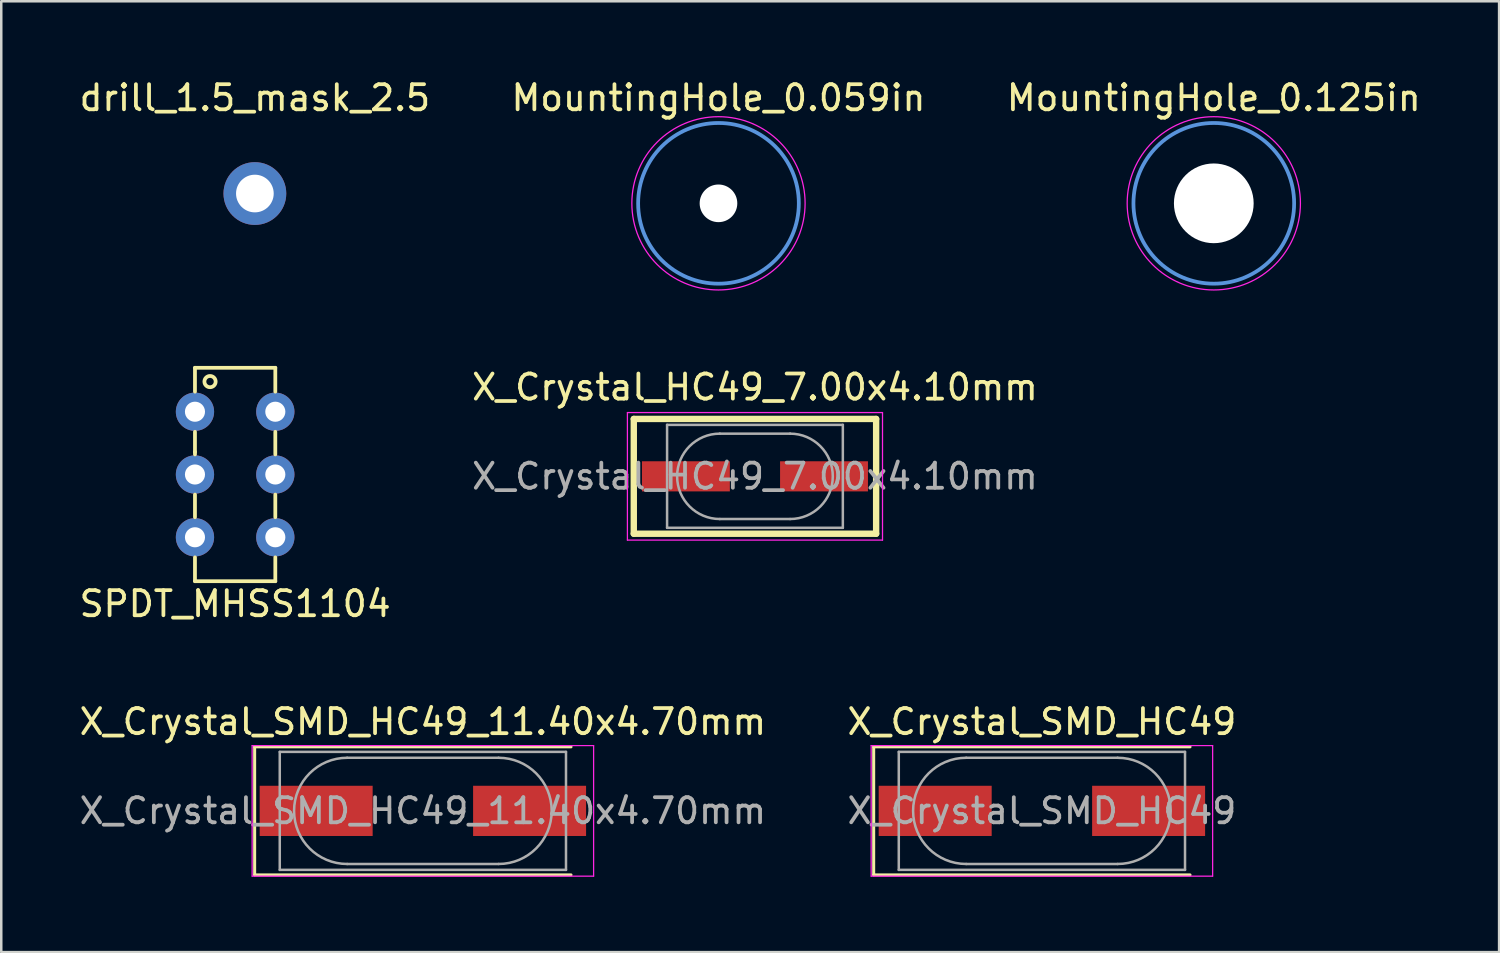
<source format=kicad_pcb>
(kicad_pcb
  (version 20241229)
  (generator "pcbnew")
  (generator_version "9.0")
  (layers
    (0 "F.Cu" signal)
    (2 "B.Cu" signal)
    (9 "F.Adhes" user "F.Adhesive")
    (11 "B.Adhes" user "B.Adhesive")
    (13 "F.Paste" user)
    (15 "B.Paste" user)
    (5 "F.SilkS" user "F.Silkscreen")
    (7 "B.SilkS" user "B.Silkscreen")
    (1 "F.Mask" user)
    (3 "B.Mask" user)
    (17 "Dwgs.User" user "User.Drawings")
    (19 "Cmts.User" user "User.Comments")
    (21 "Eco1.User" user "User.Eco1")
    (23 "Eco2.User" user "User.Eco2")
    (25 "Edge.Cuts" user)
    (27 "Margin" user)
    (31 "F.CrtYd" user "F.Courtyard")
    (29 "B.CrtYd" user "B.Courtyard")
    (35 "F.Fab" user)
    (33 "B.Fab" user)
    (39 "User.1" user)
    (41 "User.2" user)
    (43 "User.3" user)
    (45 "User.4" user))
  (footprint "X_Crystal_HC49_7.00x4.10mm"
    (layer "F.Cu")
    (at 27.018 15.921)
    (property "Reference" "X_Crystal_HC49_7.00x4.10mm" (at 0 -3.55 0) (layer "F.SilkS") (effects (font (size 1 1) (thickness 0.15))))
    (attr smd)
    (fp_line (start -4.826 -2.286) (end -4.826 2.286) (stroke (width 0.254) (type solid)) (layer "F.SilkS"))
    (fp_line (start -4.826 2.286) (end 4.826 2.286) (stroke (width 0.254) (type solid)) (layer "F.SilkS"))
    (fp_line (start 4.826 -2.286) (end -4.826 -2.286) (stroke (width 0.254) (type solid)) (layer "F.SilkS"))
    (fp_line (start 4.826 2.286) (end 4.826 -2.286) (stroke (width 0.254) (type solid)) (layer "F.SilkS"))
    (fp_line (start -5.08 -2.54) (end 5.08 -2.54) (stroke (width 0.05) (type solid)) (layer "F.CrtYd"))
    (fp_line (start -5.08 2.54) (end -5.08 -2.54) (stroke (width 0.05) (type solid)) (layer "F.CrtYd"))
    (fp_line (start 5.08 -2.54) (end 5.08 2.54) (stroke (width 0.05) (type solid)) (layer "F.CrtYd"))
    (fp_line (start 5.08 2.54) (end -5.08 2.54) (stroke (width 0.05) (type solid)) (layer "F.CrtYd"))
    (fp_line (start -3.5 -2.05) (end -3.5 2.05) (stroke (width 0.1) (type solid)) (layer "F.Fab"))
    (fp_line (start -3.5 -2.05) (end 3.5 -2.05) (stroke (width 0.1) (type solid)) (layer "F.Fab"))
    (fp_line (start -3.5 2.05) (end 3.5 2.05) (stroke (width 0.1) (type solid)) (layer "F.Fab"))
    (fp_line (start -1.4 -1.7) (end 1.4 -1.7) (stroke (width 0.1) (type solid)) (layer "F.Fab"))
    (fp_line (start -1.4 1.7) (end 1.4 1.7) (stroke (width 0.1) (type solid)) (layer "F.Fab"))
    (fp_line (start 3.5 -2.05) (end 3.5 2.05) (stroke (width 0.1) (type solid)) (layer "F.Fab"))
    (fp_arc (start -1.4 1.7) (mid -3.1 0) (end -1.4 -1.7) (stroke (width 0.1) (type solid)) (layer "F.Fab"))
    (fp_arc (start 1.4 -1.7) (mid 3.1 0) (end 1.4 1.7) (stroke (width 0.1) (type solid)) (layer "F.Fab"))
    (fp_text user "${REFERENCE}" (at 0 0 0) (layer "F.Fab") (effects (font (size 1 1) (thickness 0.15))))
    (pad "1" smd rect (at -2.75 0) (size 3.5 1.2) (layers "F.Cu" "F.Mask" "F.Paste"))
    (pad "2" smd rect (at 2.75 0) (size 3.5 1.2) (layers "F.Cu" "F.Mask" "F.Paste")))
  (footprint "X_Crystal_SMD_HC49_11.40x4.70mm"
    (layer "F.Cu")
    (at 13.792 29.245)
    (property "Reference" "X_Crystal_SMD_HC49_11.40x4.70mm" (at 0 -3.55 0) (layer "F.SilkS") (effects (font (size 1 1) (thickness 0.15))))
    (attr smd)
    (fp_line (start -6.7 -2.55) (end -6.7 2.55) (stroke (width 0.12) (type solid)) (layer "F.SilkS"))
    (fp_line (start -6.7 2.55) (end 5.9 2.55) (stroke (width 0.12) (type solid)) (layer "F.SilkS"))
    (fp_line (start 5.9 -2.55) (end -6.7 -2.55) (stroke (width 0.12) (type solid)) (layer "F.SilkS"))
    (fp_line (start -6.8 -2.6) (end -6.8 2.6) (stroke (width 0.05) (type solid)) (layer "F.CrtYd"))
    (fp_line (start -6.8 2.6) (end 6.8 2.6) (stroke (width 0.05) (type solid)) (layer "F.CrtYd"))
    (fp_line (start 6.8 -2.6) (end -6.8 -2.6) (stroke (width 0.05) (type solid)) (layer "F.CrtYd"))
    (fp_line (start 6.8 2.6) (end 6.8 -2.6) (stroke (width 0.05) (type solid)) (layer "F.CrtYd"))
    (fp_line (start -5.7 -2.35) (end -5.7 2.35) (stroke (width 0.1) (type solid)) (layer "F.Fab"))
    (fp_line (start -5.7 2.35) (end 5.7 2.35) (stroke (width 0.1) (type solid)) (layer "F.Fab"))
    (fp_line (start -3.015 -2.115) (end 3.015 -2.115) (stroke (width 0.1) (type solid)) (layer "F.Fab"))
    (fp_line (start -3.015 2.115) (end 3.015 2.115) (stroke (width 0.1) (type solid)) (layer "F.Fab"))
    (fp_line (start 5.7 -2.35) (end -5.7 -2.35) (stroke (width 0.1) (type solid)) (layer "F.Fab"))
    (fp_line (start 5.7 2.35) (end 5.7 -2.35) (stroke (width 0.1) (type solid)) (layer "F.Fab"))
    (fp_arc (start -3.015 2.115) (mid -5.13 0) (end -3.015 -2.115) (stroke (width 0.1) (type solid)) (layer "F.Fab"))
    (fp_arc (start 3.015 -2.115) (mid 5.13 0) (end 3.015 2.115) (stroke (width 0.1) (type solid)) (layer "F.Fab"))
    (fp_text user "${REFERENCE}" (at 0 0 0) (layer "F.Fab") (effects (font (size 1 1) (thickness 0.15))))
    (pad "1" smd rect (at -4.25 0) (size 4.5 2) (layers "F.Cu" "F.Mask" "F.Paste"))
    (pad "2" smd rect (at 4.25 0) (size 4.5 2) (layers "F.Cu" "F.Mask" "F.Paste")))
  (footprint "X_Crystal_SMD_HC49"
    (layer "F.Cu")
    (at 38.446 29.245)
    (property "Reference" "X_Crystal_SMD_HC49" (at 0 -3.55 0) (layer "F.SilkS") (effects (font (size 1 1) (thickness 0.15))))
    (attr smd)
    (fp_line (start -6.7 -2.55) (end -6.7 2.55) (stroke (width 0.12) (type solid)) (layer "F.SilkS"))
    (fp_line (start -6.7 2.55) (end 5.9 2.55) (stroke (width 0.12) (type solid)) (layer "F.SilkS"))
    (fp_line (start 5.9 -2.55) (end -6.7 -2.55) (stroke (width 0.12) (type solid)) (layer "F.SilkS"))
    (fp_line (start -6.8 -2.6) (end -6.8 2.6) (stroke (width 0.05) (type solid)) (layer "F.CrtYd"))
    (fp_line (start -6.8 2.6) (end 6.8 2.6) (stroke (width 0.05) (type solid)) (layer "F.CrtYd"))
    (fp_line (start 6.8 -2.6) (end -6.8 -2.6) (stroke (width 0.05) (type solid)) (layer "F.CrtYd"))
    (fp_line (start 6.8 2.6) (end 6.8 -2.6) (stroke (width 0.05) (type solid)) (layer "F.CrtYd"))
    (fp_line (start -5.7 -2.35) (end -5.7 2.35) (stroke (width 0.1) (type solid)) (layer "F.Fab"))
    (fp_line (start -5.7 2.35) (end 5.7 2.35) (stroke (width 0.1) (type solid)) (layer "F.Fab"))
    (fp_line (start -3.015 -2.115) (end 3.015 -2.115) (stroke (width 0.1) (type solid)) (layer "F.Fab"))
    (fp_line (start -3.015 2.115) (end 3.015 2.115) (stroke (width 0.1) (type solid)) (layer "F.Fab"))
    (fp_line (start 5.7 -2.35) (end -5.7 -2.35) (stroke (width 0.1) (type solid)) (layer "F.Fab"))
    (fp_line (start 5.7 2.35) (end 5.7 -2.35) (stroke (width 0.1) (type solid)) (layer "F.Fab"))
    (fp_arc (start -3.015 2.115) (mid -5.13 0) (end -3.015 -2.115) (stroke (width 0.1) (type solid)) (layer "F.Fab"))
    (fp_arc (start 3.015 -2.115) (mid 5.13 0) (end 3.015 2.115) (stroke (width 0.1) (type solid)) (layer "F.Fab"))
    (fp_text user "${REFERENCE}" (at 0 0 0) (layer "F.Fab") (effects (font (size 1 1) (thickness 0.15))))
    (pad "1" smd rect (at -4.25 0) (size 4.5 2) (layers "F.Cu" "F.Mask" "F.Paste"))
    (pad "2" smd rect (at 4.25 0) (size 4.5 2) (layers "F.Cu" "F.Mask" "F.Paste")))
  (footprint "SPDT_MHSS1104"
    (layer "F.Cu")
    (at 4.715 13.348)
    (property "Reference" "SPDT_MHSS1104" (at 1.6 7.65 0) (layer "F.SilkS") (effects (font (size 1 1) (thickness 0.15))))
    (attr through_hole)
    (fp_line (start 0 -1.75) (end 0 -0.8) (stroke (width 0.15) (type solid)) (layer "F.SilkS"))
    (fp_line (start 0 0.8) (end 0 1.6) (stroke (width 0.15) (type solid)) (layer "F.SilkS"))
    (fp_line (start 0 1.6) (end 0 1.7) (stroke (width 0.15) (type solid)) (layer "F.SilkS"))
    (fp_line (start 0 3.3) (end 0 4.2) (stroke (width 0.15) (type solid)) (layer "F.SilkS"))
    (fp_line (start 0 5.8) (end 0 6.75) (stroke (width 0.15) (type solid)) (layer "F.SilkS"))
    (fp_line (start 0 6.75) (end 3.2 6.75) (stroke (width 0.15) (type solid)) (layer "F.SilkS"))
    (fp_line (start 3.2 -1.75) (end 0 -1.75) (stroke (width 0.15) (type solid)) (layer "F.SilkS"))
    (fp_line (start 3.2 -0.8) (end 3.2 -1.75) (stroke (width 0.15) (type solid)) (layer "F.SilkS"))
    (fp_line (start 3.2 0.8) (end 3.2 1.7) (stroke (width 0.15) (type solid)) (layer "F.SilkS"))
    (fp_line (start 3.2 3.3) (end 3.2 4.2) (stroke (width 0.15) (type solid)) (layer "F.SilkS"))
    (fp_line (start 3.2 6.75) (end 3.2 5.8) (stroke (width 0.15) (type solid)) (layer "F.SilkS"))
    (fp_circle (center 0.6 -1.2) (end 0.7 -1) (stroke (width 0.15) (type solid)) (fill no) (layer "F.SilkS"))
    (pad "1" thru_hole circle (at 0 0) (size 1.524 1.524) (drill 0.8) (layers "*.Cu" "*.Mask"))
    (pad "2" thru_hole circle (at 0 2.5) (size 1.524 1.524) (drill 0.8) (layers "*.Cu" "*.Mask"))
    (pad "3" thru_hole circle (at 0 5) (size 1.524 1.524) (drill 0.8) (layers "*.Cu" "*.Mask"))
    (pad "4" thru_hole circle (at 3.2 5) (size 1.524 1.524) (drill 0.8) (layers "*.Cu" "*.Mask"))
    (pad "5" thru_hole circle (at 3.2 2.5) (size 1.524 1.524) (drill 0.8) (layers "*.Cu" "*.Mask"))
    (pad "6" thru_hole circle (at 3.2 0) (size 1.524 1.524) (drill 0.8) (layers "*.Cu" "*.Mask")))
  (footprint "drill_1.5_mask_2.5"
    (layer "F.Cu")
    (at 7.101 4.658)
    (property "Reference" "drill_1.5_mask_2.5" (at 0 -3.81 0) (layer "F.SilkS") (effects (font (size 1 1) (thickness 0.15))))
    (attr through_hole)
    (pad "1" thru_hole circle (at 0 0) (size 2.5 2.5) (drill 1.5) (layers "*.Cu" "*.Mask")))
  (footprint "MountingHole_0.059in"
    (layer "F.Cu")
    (at 25.565 5.048)
    (property "Reference" "MountingHole_0.059in" (at 0 -4.2 0) (layer "F.SilkS") (effects (font (size 1 1) (thickness 0.15))))
    (attr through_hole)
    (fp_circle (center 0 0) (end 3.2 0) (stroke (width 0.15) (type solid)) (fill no) (layer "Cmts.User"))
    (fp_circle (center 0 0) (end 3.45 0) (stroke (width 0.05) (type solid)) (fill no) (layer "F.CrtYd"))
    (pad "" np_thru_hole circle (at 0 0) (size 1.499 1.499) (drill 1.499) (layers "*.Cu" "*.Mask")))
  (footprint "MountingHole_0.125in"
    (layer "F.Cu")
    (at 45.292 5.048)
    (property "Reference" "MountingHole_0.125in" (at 0 -4.2 0) (layer "F.SilkS") (effects (font (size 1 1) (thickness 0.15))))
    (attr through_hole)
    (fp_circle (center 0 0) (end 3.2 0) (stroke (width 0.15) (type solid)) (fill no) (layer "Cmts.User"))
    (fp_circle (center 0 0) (end 3.45 0) (stroke (width 0.05) (type solid)) (fill no) (layer "F.CrtYd"))
    (pad "" np_thru_hole circle (at 0 0) (size 3.175 3.175) (drill 3.175) (layers "*.Cu" "*.Mask")))
  (gr_rect
    (start -3 -3)
    (end 56.655 34.87)
    (stroke (width 0.1) (type default))
    (fill no)
    (layer "Edge.Cuts")))
</source>
